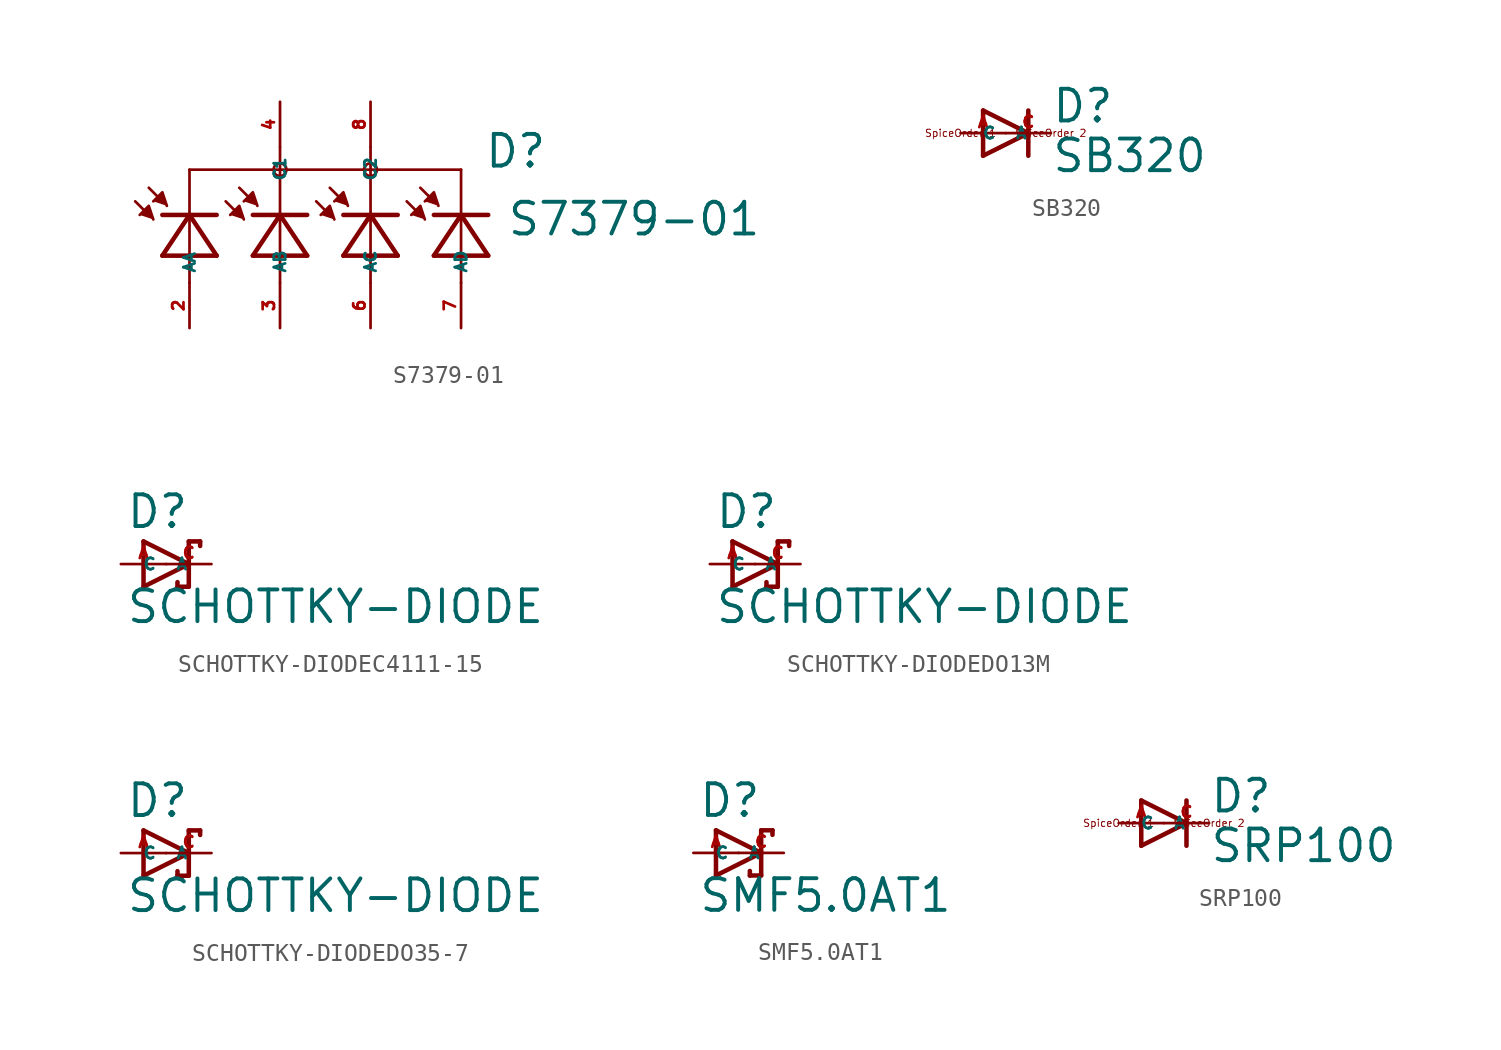
<source format=kicad_sym>
(kicad_symbol_lib
  (version 20220914)
  (generator Eagle2Kicad)
  (symbol "S7379-01"
    (property "Reference" "D"
      (at 8.89 1.27 0)
      (effects (font (size 1.778 1.778) (thickness 0.22)) (justify left bottom)))
    (property "Value" "S7379-01"
      (at 10.16 -2.54 0)
      (effects (font (size 1.778 1.778) (thickness 0.22)) (justify left bottom)))
    (polyline
      (pts (xy -10.414 -1.27) (xy -9.906 -0.762) (xy -9.652 -1.524))
      (stroke (width 0.152) (type default))
      (fill (type outline)))
    (polyline
      (pts (xy -9.652 -0.508) (xy -9.144 0) (xy -8.89 -0.762))
      (stroke (width 0.152) (type default))
      (fill (type outline)))
    (polyline
      (pts (xy -5.334 -1.27) (xy -4.826 -0.762) (xy -4.572 -1.524))
      (stroke (width 0.152) (type default))
      (fill (type outline)))
    (polyline
      (pts (xy -4.572 -0.508) (xy -4.064 0) (xy -3.81 -0.762))
      (stroke (width 0.152) (type default))
      (fill (type outline)))
    (polyline
      (pts (xy -0.254 -1.27) (xy 0.254 -0.762) (xy 0.508 -1.524))
      (stroke (width 0.152) (type default))
      (fill (type outline)))
    (polyline
      (pts (xy 0.508 -0.508) (xy 1.016 0) (xy 1.27 -0.762))
      (stroke (width 0.152) (type default))
      (fill (type outline)))
    (polyline
      (pts (xy 4.826 -1.27) (xy 5.334 -0.762) (xy 5.588 -1.524))
      (stroke (width 0.152) (type default))
      (fill (type outline)))
    (polyline
      (pts (xy 5.588 -0.508) (xy 6.096 0) (xy 6.35 -0.762))
      (stroke (width 0.152) (type default))
      (fill (type outline)))
    (polyline
      (pts (xy -6.096 -3.556) (xy -7.62 -1.27))
      (stroke (width 0.254) (type default))
      (fill (type none)))
    (polyline
      (pts (xy -7.62 -1.27) (xy -9.144 -3.556))
      (stroke (width 0.254) (type default))
      (fill (type none)))
    (polyline
      (pts (xy -9.144 -3.556) (xy -6.096 -3.556))
      (stroke (width 0.254) (type default))
      (fill (type none)))
    (polyline
      (pts (xy -9.144 -1.27) (xy -7.62 -1.27))
      (stroke (width 0.254) (type default))
      (fill (type none)))
    (polyline
      (pts (xy -7.62 -1.27) (xy -6.096 -1.27))
      (stroke (width 0.254) (type default))
      (fill (type none)))
    (polyline
      (pts (xy -9.906 -1.27) (xy -10.668 -0.508))
      (stroke (width 0.152) (type default))
      (fill (type none)))
    (polyline
      (pts (xy -9.144 -0.508) (xy -9.906 0.254))
      (stroke (width 0.152) (type default))
      (fill (type none)))
    (polyline
      (pts (xy -1.016 -3.556) (xy -2.54 -1.27))
      (stroke (width 0.254) (type default))
      (fill (type none)))
    (polyline
      (pts (xy -2.54 -1.27) (xy -4.064 -3.556))
      (stroke (width 0.254) (type default))
      (fill (type none)))
    (polyline
      (pts (xy -4.064 -3.556) (xy -1.016 -3.556))
      (stroke (width 0.254) (type default))
      (fill (type none)))
    (polyline
      (pts (xy -4.064 -1.27) (xy -2.54 -1.27))
      (stroke (width 0.254) (type default))
      (fill (type none)))
    (polyline
      (pts (xy -2.54 -1.27) (xy -1.016 -1.27))
      (stroke (width 0.254) (type default))
      (fill (type none)))
    (polyline
      (pts (xy -4.826 -1.27) (xy -5.588 -0.508))
      (stroke (width 0.152) (type default))
      (fill (type none)))
    (polyline
      (pts (xy -4.064 -0.508) (xy -4.826 0.254))
      (stroke (width 0.152) (type default))
      (fill (type none)))
    (polyline
      (pts (xy 4.064 -3.556) (xy 2.54 -1.27))
      (stroke (width 0.254) (type default))
      (fill (type none)))
    (polyline
      (pts (xy 2.54 -1.27) (xy 1.016 -3.556))
      (stroke (width 0.254) (type default))
      (fill (type none)))
    (polyline
      (pts (xy 1.016 -3.556) (xy 4.064 -3.556))
      (stroke (width 0.254) (type default))
      (fill (type none)))
    (polyline
      (pts (xy 1.016 -1.27) (xy 2.54 -1.27))
      (stroke (width 0.254) (type default))
      (fill (type none)))
    (polyline
      (pts (xy 2.54 -1.27) (xy 4.064 -1.27))
      (stroke (width 0.254) (type default))
      (fill (type none)))
    (polyline
      (pts (xy 0.254 -1.27) (xy -0.508 -0.508))
      (stroke (width 0.152) (type default))
      (fill (type none)))
    (polyline
      (pts (xy 1.016 -0.508) (xy 0.254 0.254))
      (stroke (width 0.152) (type default))
      (fill (type none)))
    (polyline
      (pts (xy 9.144 -3.556) (xy 7.62 -1.27))
      (stroke (width 0.254) (type default))
      (fill (type none)))
    (polyline
      (pts (xy 7.62 -1.27) (xy 6.096 -3.556))
      (stroke (width 0.254) (type default))
      (fill (type none)))
    (polyline
      (pts (xy 6.096 -3.556) (xy 9.144 -3.556))
      (stroke (width 0.254) (type default))
      (fill (type none)))
    (polyline
      (pts (xy 6.096 -1.27) (xy 7.62 -1.27))
      (stroke (width 0.254) (type default))
      (fill (type none)))
    (polyline
      (pts (xy 7.62 -1.27) (xy 9.144 -1.27))
      (stroke (width 0.254) (type default))
      (fill (type none)))
    (polyline
      (pts (xy 5.334 -1.27) (xy 4.572 -0.508))
      (stroke (width 0.152) (type default))
      (fill (type none)))
    (polyline
      (pts (xy 6.096 -0.508) (xy 5.334 0.254))
      (stroke (width 0.152) (type default))
      (fill (type none)))
    (polyline
      (pts (xy -7.62 -5.08) (xy -7.62 1.27))
      (stroke (width 0.152) (type default))
      (fill (type none)))
    (polyline
      (pts (xy -7.62 1.27) (xy -2.54 1.27))
      (stroke (width 0.152) (type default))
      (fill (type none)))
    (polyline
      (pts (xy -2.54 1.27) (xy 2.54 1.27))
      (stroke (width 0.152) (type default))
      (fill (type none)))
    (polyline
      (pts (xy 2.54 1.27) (xy 7.62 1.27))
      (stroke (width 0.152) (type default))
      (fill (type none)))
    (polyline
      (pts (xy 7.62 1.27) (xy 7.62 -5.08))
      (stroke (width 0.152) (type default))
      (fill (type none)))
    (polyline
      (pts (xy 2.54 -5.08) (xy 2.54 1.27))
      (stroke (width 0.152) (type default))
      (fill (type none)))
    (polyline
      (pts (xy -2.54 -5.08) (xy -2.54 1.27))
      (stroke (width 0.152) (type default))
      (fill (type none)))
    (polyline
      (pts (xy -2.54 1.27) (xy -2.54 2.54))
      (stroke (width 0.152) (type default))
      (fill (type none)))
    (polyline
      (pts (xy 2.54 1.27) (xy 2.54 2.54))
      (stroke (width 0.152) (type default))
      (fill (type none)))
    (circle
      (center -2.54 1.27)
      (radius 0.359)
      (stroke (width 0) (type default))
      (fill (type none)))
    (circle
      (center 2.54 1.27)
      (radius 0.359)
      (stroke (width 0) (type default))
      (fill (type none)))
    (pin passive line
      (at -7.62 -7.62 90)
      (length 2.54)
      (name "AA" (effects (font (size 0.635 0.635) (thickness 0.08)) (justify left bottom)))
      (number "2" (effects (font (size 0.635 0.635) (thickness 0.08)) (justify left bottom))))
    (pin passive line
      (at -2.54 -7.62 90)
      (length 2.54)
      (name "AB" (effects (font (size 0.635 0.635) (thickness 0.08)) (justify left bottom)))
      (number "3" (effects (font (size 0.635 0.635) (thickness 0.08)) (justify left bottom))))
    (pin passive line
      (at -2.54 5.08 270)
      (length 2.54)
      (name "C1" (effects (font (size 0.635 0.635) (thickness 0.08)) (justify left bottom)))
      (number "4" (effects (font (size 0.635 0.635) (thickness 0.08)) (justify left bottom))))
    (pin passive line
      (at 2.54 -7.62 90)
      (length 2.54)
      (name "AC" (effects (font (size 0.635 0.635) (thickness 0.08)) (justify left bottom)))
      (number "6" (effects (font (size 0.635 0.635) (thickness 0.08)) (justify left bottom))))
    (pin passive line
      (at 2.54 5.08 270)
      (length 2.54)
      (name "C2" (effects (font (size 0.635 0.635) (thickness 0.08)) (justify left bottom)))
      (number "8" (effects (font (size 0.635 0.635) (thickness 0.08)) (justify left bottom))))
    (pin passive line
      (at 7.62 -7.62 90)
      (length 2.54)
      (name "AD" (effects (font (size 0.635 0.635) (thickness 0.08)) (justify left bottom)))
      (number "7" (effects (font (size 0.635 0.635) (thickness 0.08)) (justify left bottom)))))
  (symbol "SB320"
    (property "Reference" "D"
      (at 2.54 0.483 0)
      (effects (font (size 1.778 1.778) (thickness 0.22)) (justify left bottom)))
    (property "Value" "SB320"
      (at 2.54 -2.311 0)
      (effects (font (size 1.778 1.778) (thickness 0.22)) (justify left bottom)))
    (polyline
      (pts (xy -1.27 -1.27) (xy 1.27 0))
      (stroke (width 0.254) (type default))
      (fill (type none)))
    (polyline
      (pts (xy 1.27 0) (xy -1.27 1.27))
      (stroke (width 0.254) (type default))
      (fill (type none)))
    (polyline
      (pts (xy 1.27 1.27) (xy 1.27 0))
      (stroke (width 0.254) (type default))
      (fill (type none)))
    (polyline
      (pts (xy -1.27 1.27) (xy -1.27 -1.27))
      (stroke (width 0.254) (type default))
      (fill (type none)))
    (polyline
      (pts (xy 1.27 0) (xy 1.27 -1.27))
      (stroke (width 0.254) (type default))
      (fill (type none)))
    (text "SpiceOrder 1"
      (at -2.54 0 0)
      (effects (font (size 0.406 0.406) (thickness 0.05))))
    (text "SpiceOrder 2"
      (at 2.54 0 0)
      (effects (font (size 0.406 0.406) (thickness 0.05))))
    (pin passive line
      (at -2.54 0 0)
      (length 2.54)
      (name "A" (effects (font (size 0.635 0.635) (thickness 0.08)) (justify left bottom)))
      (number "A" (effects (font (size 0.635 0.635) (thickness 0.08)) (justify left bottom))))
    (pin passive line
      (at 2.54 0 180)
      (length 2.54)
      (name "C" (effects (font (size 0.635 0.635) (thickness 0.08)) (justify left bottom)))
      (number "C" (effects (font (size 0.635 0.635) (thickness 0.08)) (justify left bottom)))))
  (symbol "SCHOTTKY-DIODEC4111-15"
    (property "Reference" "D"
      (at -2.286 1.905 0)
      (effects (font (size 1.778 1.778) (thickness 0.22)) (justify left bottom)))
    (property "Value" "SCHOTTKY-DIODE"
      (at -2.286 -3.429 0)
      (effects (font (size 1.778 1.778) (thickness 0.22)) (justify left bottom)))
    (polyline
      (pts (xy -1.27 -1.27) (xy 1.27 0))
      (stroke (width 0.254) (type default))
      (fill (type none)))
    (polyline
      (pts (xy 1.27 0) (xy -1.27 1.27))
      (stroke (width 0.254) (type default))
      (fill (type none)))
    (polyline
      (pts (xy 1.905 1.27) (xy 1.27 1.27))
      (stroke (width 0.254) (type default))
      (fill (type none)))
    (polyline
      (pts (xy 1.27 1.27) (xy 1.27 0))
      (stroke (width 0.254) (type default))
      (fill (type none)))
    (polyline
      (pts (xy -1.27 1.27) (xy -1.27 -1.27))
      (stroke (width 0.254) (type default))
      (fill (type none)))
    (polyline
      (pts (xy 1.27 0) (xy 1.27 -1.27))
      (stroke (width 0.254) (type default))
      (fill (type none)))
    (polyline
      (pts (xy 1.905 1.27) (xy 1.905 1.016))
      (stroke (width 0.254) (type default))
      (fill (type none)))
    (polyline
      (pts (xy 1.27 -1.27) (xy 0.635 -1.27))
      (stroke (width 0.254) (type default))
      (fill (type none)))
    (polyline
      (pts (xy 0.635 -1.016) (xy 0.635 -1.27))
      (stroke (width 0.254) (type default))
      (fill (type none)))
    (pin passive line
      (at -2.54 0 0)
      (length 2.54)
      (name "A" (effects (font (size 0.635 0.635) (thickness 0.08)) (justify left bottom)))
      (number "A" (effects (font (size 0.635 0.635) (thickness 0.08)) (justify left bottom))))
    (pin passive line
      (at 2.54 0 180)
      (length 2.54)
      (name "C" (effects (font (size 0.635 0.635) (thickness 0.08)) (justify left bottom)))
      (number "C" (effects (font (size 0.635 0.635) (thickness 0.08)) (justify left bottom)))))
  (symbol "SCHOTTKY-DIODEDO13M"
    (property "Reference" "D"
      (at -2.286 1.905 0)
      (effects (font (size 1.778 1.778) (thickness 0.22)) (justify left bottom)))
    (property "Value" "SCHOTTKY-DIODE"
      (at -2.286 -3.429 0)
      (effects (font (size 1.778 1.778) (thickness 0.22)) (justify left bottom)))
    (polyline
      (pts (xy -1.27 -1.27) (xy 1.27 0))
      (stroke (width 0.254) (type default))
      (fill (type none)))
    (polyline
      (pts (xy 1.27 0) (xy -1.27 1.27))
      (stroke (width 0.254) (type default))
      (fill (type none)))
    (polyline
      (pts (xy 1.905 1.27) (xy 1.27 1.27))
      (stroke (width 0.254) (type default))
      (fill (type none)))
    (polyline
      (pts (xy 1.27 1.27) (xy 1.27 0))
      (stroke (width 0.254) (type default))
      (fill (type none)))
    (polyline
      (pts (xy -1.27 1.27) (xy -1.27 -1.27))
      (stroke (width 0.254) (type default))
      (fill (type none)))
    (polyline
      (pts (xy 1.27 0) (xy 1.27 -1.27))
      (stroke (width 0.254) (type default))
      (fill (type none)))
    (polyline
      (pts (xy 1.905 1.27) (xy 1.905 1.016))
      (stroke (width 0.254) (type default))
      (fill (type none)))
    (polyline
      (pts (xy 1.27 -1.27) (xy 0.635 -1.27))
      (stroke (width 0.254) (type default))
      (fill (type none)))
    (polyline
      (pts (xy 0.635 -1.016) (xy 0.635 -1.27))
      (stroke (width 0.254) (type default))
      (fill (type none)))
    (pin passive line
      (at -2.54 0 0)
      (length 2.54)
      (name "A" (effects (font (size 0.635 0.635) (thickness 0.08)) (justify left bottom)))
      (number "A" (effects (font (size 0.635 0.635) (thickness 0.08)) (justify left bottom))))
    (pin passive line
      (at 2.54 0 180)
      (length 2.54)
      (name "C" (effects (font (size 0.635 0.635) (thickness 0.08)) (justify left bottom)))
      (number "C" (effects (font (size 0.635 0.635) (thickness 0.08)) (justify left bottom)))))
  (symbol "SCHOTTKY-DIODEDO35-7"
    (property "Reference" "D"
      (at -2.286 1.905 0)
      (effects (font (size 1.778 1.778) (thickness 0.22)) (justify left bottom)))
    (property "Value" "SCHOTTKY-DIODE"
      (at -2.286 -3.429 0)
      (effects (font (size 1.778 1.778) (thickness 0.22)) (justify left bottom)))
    (polyline
      (pts (xy -1.27 -1.27) (xy 1.27 0))
      (stroke (width 0.254) (type default))
      (fill (type none)))
    (polyline
      (pts (xy 1.27 0) (xy -1.27 1.27))
      (stroke (width 0.254) (type default))
      (fill (type none)))
    (polyline
      (pts (xy 1.905 1.27) (xy 1.27 1.27))
      (stroke (width 0.254) (type default))
      (fill (type none)))
    (polyline
      (pts (xy 1.27 1.27) (xy 1.27 0))
      (stroke (width 0.254) (type default))
      (fill (type none)))
    (polyline
      (pts (xy -1.27 1.27) (xy -1.27 -1.27))
      (stroke (width 0.254) (type default))
      (fill (type none)))
    (polyline
      (pts (xy 1.27 0) (xy 1.27 -1.27))
      (stroke (width 0.254) (type default))
      (fill (type none)))
    (polyline
      (pts (xy 1.905 1.27) (xy 1.905 1.016))
      (stroke (width 0.254) (type default))
      (fill (type none)))
    (polyline
      (pts (xy 1.27 -1.27) (xy 0.635 -1.27))
      (stroke (width 0.254) (type default))
      (fill (type none)))
    (polyline
      (pts (xy 0.635 -1.016) (xy 0.635 -1.27))
      (stroke (width 0.254) (type default))
      (fill (type none)))
    (pin passive line
      (at -2.54 0 0)
      (length 2.54)
      (name "A" (effects (font (size 0.635 0.635) (thickness 0.08)) (justify left bottom)))
      (number "A" (effects (font (size 0.635 0.635) (thickness 0.08)) (justify left bottom))))
    (pin passive line
      (at 2.54 0 180)
      (length 2.54)
      (name "C" (effects (font (size 0.635 0.635) (thickness 0.08)) (justify left bottom)))
      (number "C" (effects (font (size 0.635 0.635) (thickness 0.08)) (justify left bottom)))))
  (symbol "SMF5.0AT1"
    (property "Reference" "D"
      (at -2.286 1.905 0)
      (effects (font (size 1.778 1.778) (thickness 0.22)) (justify left bottom)))
    (property "Value" "SMF5.0AT1"
      (at -2.286 -3.429 0)
      (effects (font (size 1.778 1.778) (thickness 0.22)) (justify left bottom)))
    (polyline
      (pts (xy -1.27 -1.27) (xy 1.27 0))
      (stroke (width 0.254) (type default))
      (fill (type none)))
    (polyline
      (pts (xy 1.27 0) (xy -1.27 1.27))
      (stroke (width 0.254) (type default))
      (fill (type none)))
    (polyline
      (pts (xy 1.905 1.27) (xy 1.27 1.27))
      (stroke (width 0.254) (type default))
      (fill (type none)))
    (polyline
      (pts (xy 1.27 1.27) (xy 1.27 0))
      (stroke (width 0.254) (type default))
      (fill (type none)))
    (polyline
      (pts (xy -1.27 1.27) (xy -1.27 -1.27))
      (stroke (width 0.254) (type default))
      (fill (type none)))
    (polyline
      (pts (xy 1.27 0) (xy 1.27 -1.27))
      (stroke (width 0.254) (type default))
      (fill (type none)))
    (polyline
      (pts (xy 1.905 1.27) (xy 1.905 1.016))
      (stroke (width 0.254) (type default))
      (fill (type none)))
    (polyline
      (pts (xy 1.27 -1.27) (xy 0.635 -1.27))
      (stroke (width 0.254) (type default))
      (fill (type none)))
    (polyline
      (pts (xy 0.635 -1.016) (xy 0.635 -1.27))
      (stroke (width 0.254) (type default))
      (fill (type none)))
    (pin passive line
      (at -2.54 0 0)
      (length 2.54)
      (name "A" (effects (font (size 0.635 0.635) (thickness 0.08)) (justify left bottom)))
      (number "A" (effects (font (size 0.635 0.635) (thickness 0.08)) (justify left bottom))))
    (pin passive line
      (at 2.54 0 180)
      (length 2.54)
      (name "C" (effects (font (size 0.635 0.635) (thickness 0.08)) (justify left bottom)))
      (number "C" (effects (font (size 0.635 0.635) (thickness 0.08)) (justify left bottom)))))
  (symbol "SRP100"
    (property "Reference" "D"
      (at 2.54 0.483 0)
      (effects (font (size 1.778 1.778) (thickness 0.22)) (justify left bottom)))
    (property "Value" "SRP100"
      (at 2.54 -2.311 0)
      (effects (font (size 1.778 1.778) (thickness 0.22)) (justify left bottom)))
    (polyline
      (pts (xy -1.27 -1.27) (xy 1.27 0))
      (stroke (width 0.254) (type default))
      (fill (type none)))
    (polyline
      (pts (xy 1.27 0) (xy -1.27 1.27))
      (stroke (width 0.254) (type default))
      (fill (type none)))
    (polyline
      (pts (xy 1.27 1.27) (xy 1.27 0))
      (stroke (width 0.254) (type default))
      (fill (type none)))
    (polyline
      (pts (xy -1.27 1.27) (xy -1.27 -1.27))
      (stroke (width 0.254) (type default))
      (fill (type none)))
    (polyline
      (pts (xy 1.27 0) (xy 1.27 -1.27))
      (stroke (width 0.254) (type default))
      (fill (type none)))
    (text "SpiceOrder 1"
      (at -2.54 0 0)
      (effects (font (size 0.406 0.406) (thickness 0.05))))
    (text "SpiceOrder 2"
      (at 2.54 0 0)
      (effects (font (size 0.406 0.406) (thickness 0.05))))
    (pin passive line
      (at -2.54 0 0)
      (length 2.54)
      (name "A" (effects (font (size 0.635 0.635) (thickness 0.08)) (justify left bottom)))
      (number "A" (effects (font (size 0.635 0.635) (thickness 0.08)) (justify left bottom))))
    (pin passive line
      (at 2.54 0 180)
      (length 2.54)
      (name "C" (effects (font (size 0.635 0.635) (thickness 0.08)) (justify left bottom)))
      (number "C" (effects (font (size 0.635 0.635) (thickness 0.08)) (justify left bottom))))))
</source>
